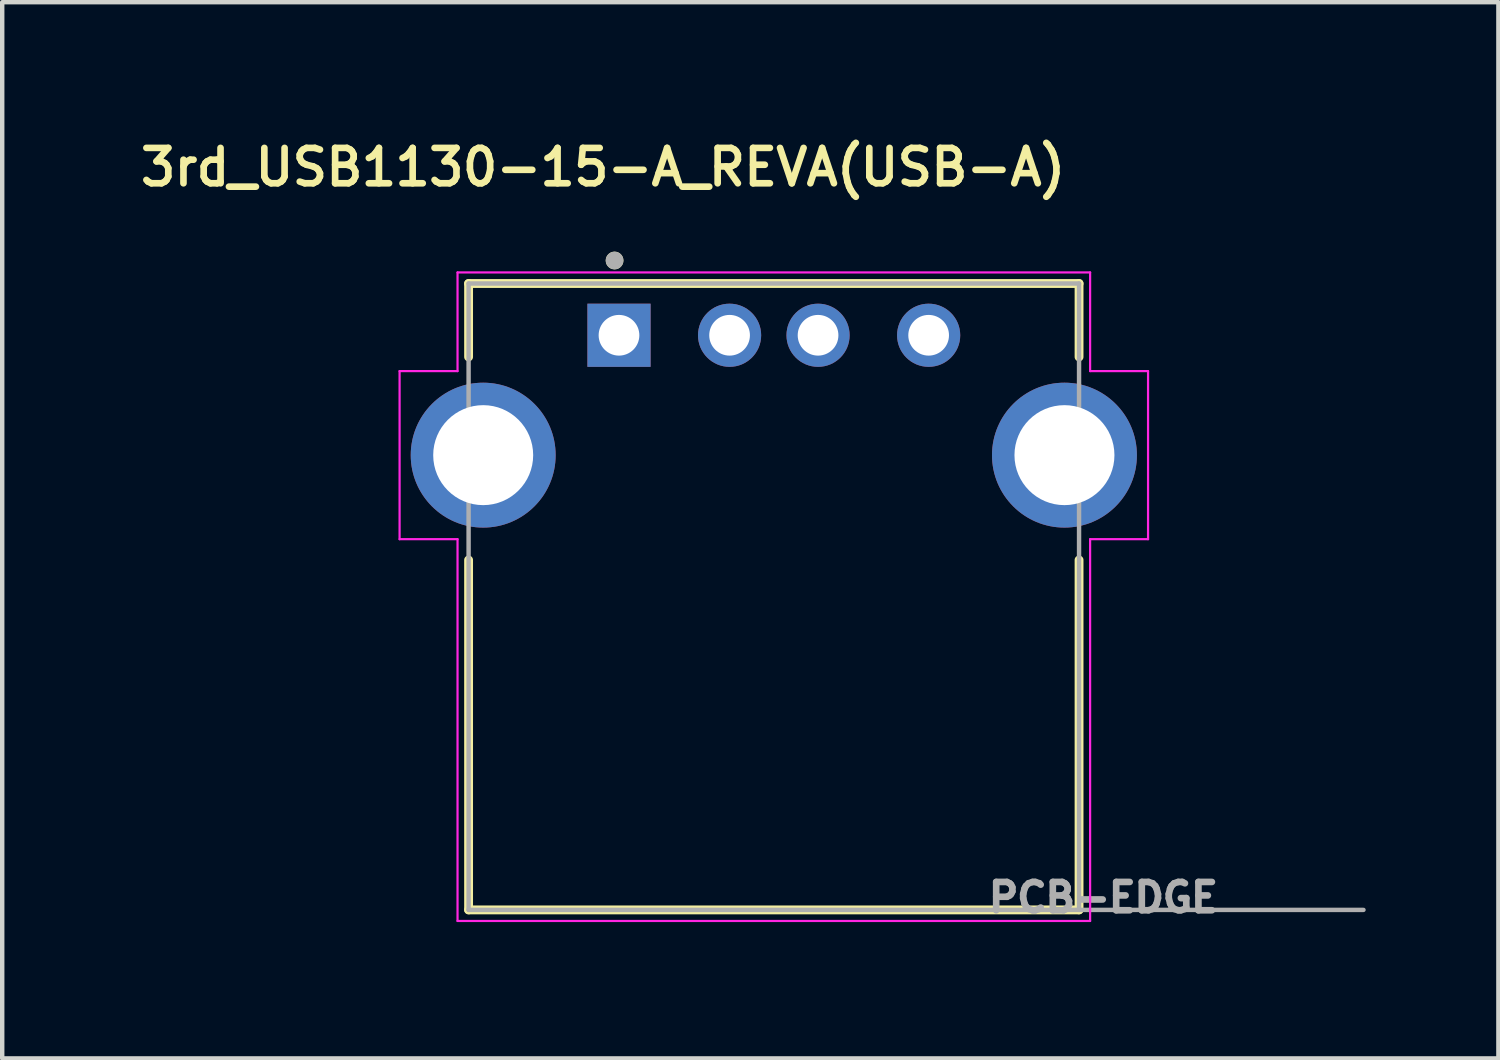
<source format=kicad_pcb>
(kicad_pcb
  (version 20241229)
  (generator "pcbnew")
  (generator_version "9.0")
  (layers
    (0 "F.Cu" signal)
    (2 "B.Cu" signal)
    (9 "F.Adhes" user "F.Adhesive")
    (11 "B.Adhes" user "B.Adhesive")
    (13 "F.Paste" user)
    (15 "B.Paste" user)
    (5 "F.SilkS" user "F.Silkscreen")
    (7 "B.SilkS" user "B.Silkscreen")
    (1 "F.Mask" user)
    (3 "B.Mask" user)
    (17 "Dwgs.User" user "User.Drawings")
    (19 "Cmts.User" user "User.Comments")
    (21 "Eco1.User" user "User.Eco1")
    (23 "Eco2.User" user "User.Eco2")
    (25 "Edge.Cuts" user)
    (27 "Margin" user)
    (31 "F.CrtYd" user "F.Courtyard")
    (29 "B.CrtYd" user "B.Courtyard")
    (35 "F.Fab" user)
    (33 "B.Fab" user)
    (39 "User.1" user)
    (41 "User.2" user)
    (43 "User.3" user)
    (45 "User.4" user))
  (footprint "3rd_USB1130-15-A_REVA(USB-A)"
    (layer "F.Cu")
    (at 14.443 7.239)
    (property "Reference" "3rd_USB1130-15-A_REVA(USB-A)" (at -3.86 -6.508 0) (layer "F.SilkS") (effects (font (size 0.8 0.8) (thickness 0.15))))
    (attr through_hole)
    (fp_line (start -6.9 -3.88) (end -6.9 -2.22) (stroke (width 0.2) (type solid)) (layer "F.SilkS"))
    (fp_line (start -6.9 2.37) (end -6.9 10.28) (stroke (width 0.2) (type solid)) (layer "F.SilkS"))
    (fp_line (start -6.9 10.28) (end 6.9 10.28) (stroke (width 0.2) (type solid)) (layer "F.SilkS"))
    (fp_line (start 6.9 -3.88) (end -6.9 -3.88) (stroke (width 0.2) (type solid)) (layer "F.SilkS"))
    (fp_line (start 6.9 -3.88) (end 6.9 -2.22) (stroke (width 0.2) (type solid)) (layer "F.SilkS"))
    (fp_line (start 6.9 2.37) (end 6.9 10.28) (stroke (width 0.2) (type solid)) (layer "F.SilkS"))
    (fp_circle (center -3.6 -4.4) (end -3.5 -4.4) (stroke (width 0.2) (type solid)) (fill no) (layer "F.SilkS"))
    (fp_line (start -8.46 -1.9) (end -7.15 -1.9) (stroke (width 0.05) (type solid)) (layer "F.CrtYd"))
    (fp_line (start -8.46 1.9) (end -8.46 -1.9) (stroke (width 0.05) (type solid)) (layer "F.CrtYd"))
    (fp_line (start -7.15 -4.13) (end 7.15 -4.13) (stroke (width 0.05) (type solid)) (layer "F.CrtYd"))
    (fp_line (start -7.15 -1.9) (end -7.15 -4.13) (stroke (width 0.05) (type solid)) (layer "F.CrtYd"))
    (fp_line (start -7.15 1.9) (end -8.46 1.9) (stroke (width 0.05) (type solid)) (layer "F.CrtYd"))
    (fp_line (start -7.15 10.53) (end -7.15 1.9) (stroke (width 0.05) (type solid)) (layer "F.CrtYd"))
    (fp_line (start 7.15 -4.13) (end 7.15 -1.9) (stroke (width 0.05) (type solid)) (layer "F.CrtYd"))
    (fp_line (start 7.15 -1.9) (end 8.46 -1.9) (stroke (width 0.05) (type solid)) (layer "F.CrtYd"))
    (fp_line (start 7.15 1.9) (end 7.15 10.53) (stroke (width 0.05) (type solid)) (layer "F.CrtYd"))
    (fp_line (start 7.15 10.53) (end -7.15 10.53) (stroke (width 0.05) (type solid)) (layer "F.CrtYd"))
    (fp_line (start 8.46 -1.9) (end 8.46 1.9) (stroke (width 0.05) (type solid)) (layer "F.CrtYd"))
    (fp_line (start 8.46 1.9) (end 7.15 1.9) (stroke (width 0.05) (type solid)) (layer "F.CrtYd"))
    (fp_line (start -6.9 -3.88) (end -6.9 10.28) (stroke (width 0.1) (type solid)) (layer "F.Fab"))
    (fp_line (start -6.9 10.28) (end 6.9 10.28) (stroke (width 0.1) (type solid)) (layer "F.Fab"))
    (fp_line (start 6.9 -3.88) (end -6.9 -3.88) (stroke (width 0.1) (type solid)) (layer "F.Fab"))
    (fp_line (start 6.9 10.28) (end 6.9 -3.88) (stroke (width 0.1) (type solid)) (layer "F.Fab"))
    (fp_line (start 6.9 10.28) (end 13.33 10.28) (stroke (width 0.1) (type solid)) (layer "F.Fab"))
    (fp_circle (center -3.6 -4.4) (end -3.5 -4.4) (stroke (width 0.2) (type solid)) (fill no) (layer "F.Fab"))
    (fp_text user "PCB-EDGE" (at 7.45 10 0) (layer "F.Fab") (effects (font (size 0.64 0.64) (thickness 0.15))))
    (pad "1" thru_hole rect (at -3.5 -2.71) (size 1.428 1.428) (drill 0.92) (layers "*.Cu" "*.Mask"))
    (pad "2" thru_hole circle (at -1 -2.71) (size 1.428 1.428) (drill 0.92) (layers "*.Cu" "*.Mask"))
    (pad "3" thru_hole circle (at 1 -2.71) (size 1.428 1.428) (drill 0.92) (layers "*.Cu" "*.Mask"))
    (pad "4" thru_hole circle (at 3.5 -2.71) (size 1.428 1.428) (drill 0.92) (layers "*.Cu" "*.Mask"))
    (pad "S1" thru_hole circle (at -6.57 0) (size 3.276 3.276) (drill 2.26) (layers "*.Cu" "*.Mask"))
    (pad "S2" thru_hole circle (at 6.57 0) (size 3.276 3.276) (drill 2.26) (layers "*.Cu" "*.Mask")))
  (gr_rect
    (start -3 -3)
    (end 30.823 20.877)
    (stroke (width 0.1) (type default))
    (fill no)
    (layer "Edge.Cuts")))
</source>
